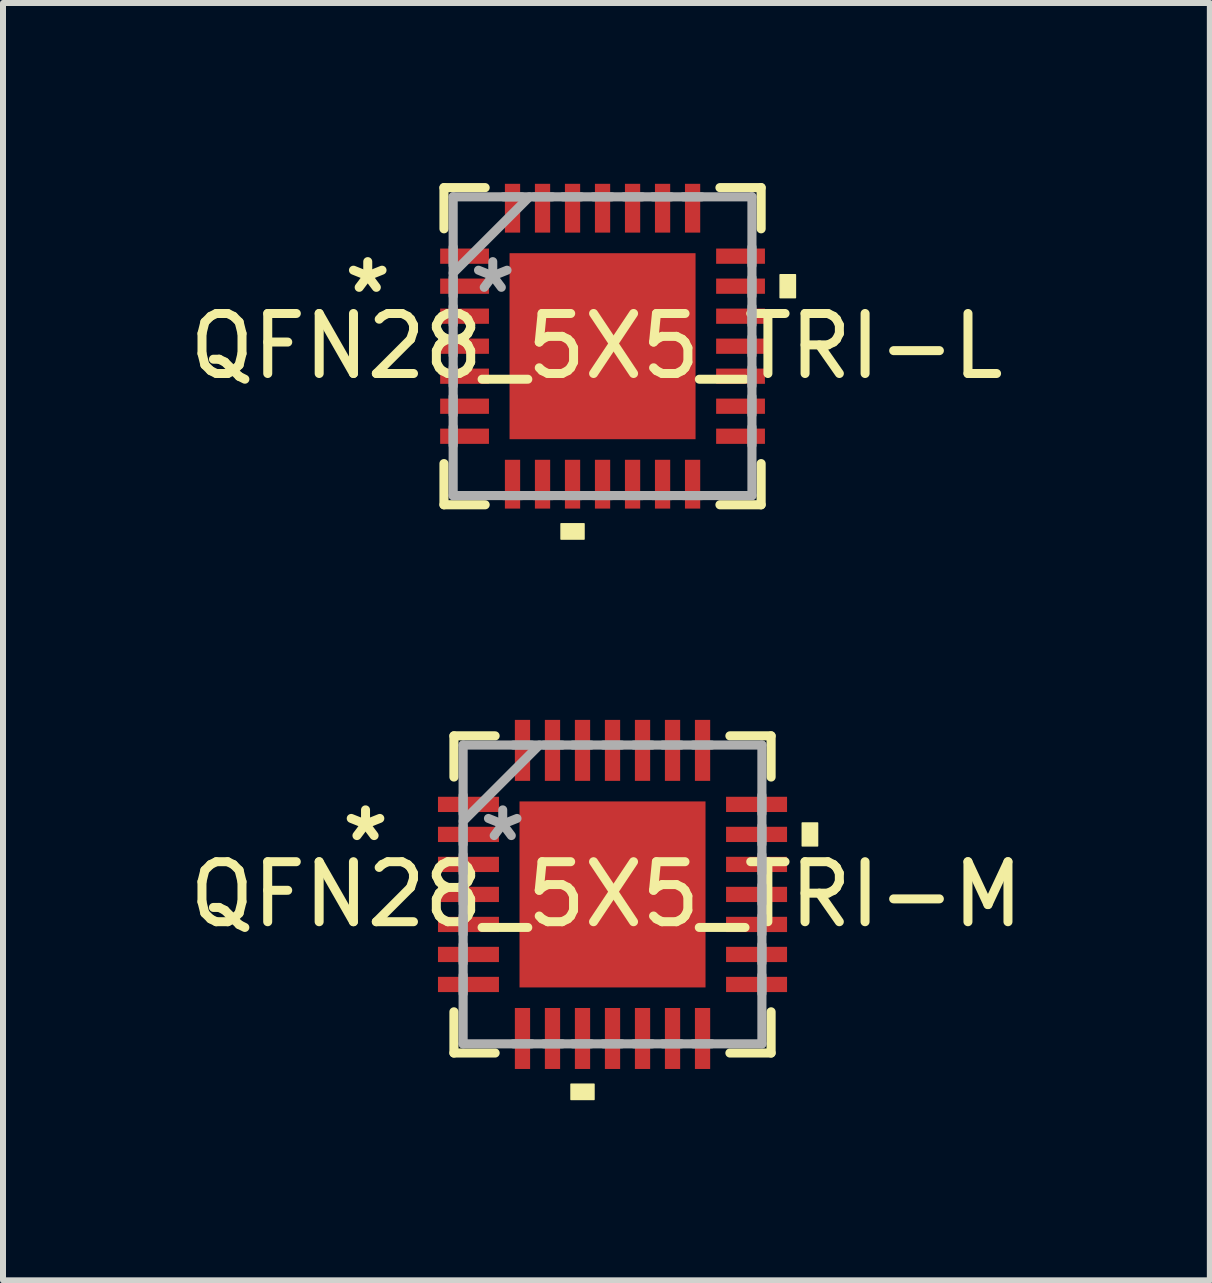
<source format=kicad_pcb>
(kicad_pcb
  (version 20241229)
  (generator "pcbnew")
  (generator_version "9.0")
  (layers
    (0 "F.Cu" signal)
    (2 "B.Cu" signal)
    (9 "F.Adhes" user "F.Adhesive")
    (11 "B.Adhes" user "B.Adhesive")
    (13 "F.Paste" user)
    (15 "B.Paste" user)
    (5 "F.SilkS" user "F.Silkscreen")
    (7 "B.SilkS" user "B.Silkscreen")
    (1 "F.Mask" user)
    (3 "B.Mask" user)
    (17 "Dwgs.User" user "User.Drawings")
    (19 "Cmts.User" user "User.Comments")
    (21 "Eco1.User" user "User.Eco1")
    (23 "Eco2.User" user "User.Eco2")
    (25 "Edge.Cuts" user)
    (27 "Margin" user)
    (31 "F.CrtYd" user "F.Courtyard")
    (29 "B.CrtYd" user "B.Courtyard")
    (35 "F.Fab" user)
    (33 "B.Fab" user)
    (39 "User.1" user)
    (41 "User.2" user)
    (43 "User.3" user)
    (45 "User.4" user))
  (footprint "QFN28_5X5_TRI-L"
    (layer "F.Cu")
    (at 6.989 2.718)
    (property "Reference" "QFN28_5X5_TRI-L" (at -0.102 0 0) (layer "F.SilkS") (effects (font (size 1 1) (thickness 0.15))))
    (attr smd)
    (fp_line (start -2.642 -2.642) (end -2.642 -1.956) (stroke (width 0.152) (type solid)) (layer "F.SilkS"))
    (fp_line (start -2.642 1.956) (end -2.642 2.642) (stroke (width 0.152) (type solid)) (layer "F.SilkS"))
    (fp_line (start -2.642 2.642) (end -1.956 2.642) (stroke (width 0.152) (type solid)) (layer "F.SilkS"))
    (fp_line (start -1.956 -2.642) (end -2.642 -2.642) (stroke (width 0.152) (type solid)) (layer "F.SilkS"))
    (fp_line (start 1.956 2.642) (end 2.642 2.642) (stroke (width 0.152) (type solid)) (layer "F.SilkS"))
    (fp_line (start 2.642 -2.642) (end 1.956 -2.642) (stroke (width 0.152) (type solid)) (layer "F.SilkS"))
    (fp_line (start 2.642 -1.956) (end 2.642 -2.642) (stroke (width 0.152) (type solid)) (layer "F.SilkS"))
    (fp_line (start 2.642 2.642) (end 2.642 1.956) (stroke (width 0.152) (type solid)) (layer "F.SilkS"))
    (fp_poly (pts (xy -0.691 2.959) (xy -0.691 3.213) (xy -0.309 3.213) (xy -0.309 2.959)) (stroke (width 0.025) (type solid)) (fill yes) (layer "F.SilkS"))
    (fp_poly (pts (xy 3.213 -1.19) (xy 3.213 -0.809) (xy 2.959 -0.809) (xy 2.959 -1.19)) (stroke (width 0.025) (type solid)) (fill yes) (layer "F.SilkS"))
    (fp_line (start -2.489 -2.489) (end -2.489 2.489) (stroke (width 0.152) (type solid)) (layer "F.Fab"))
    (fp_line (start -2.489 -1.651) (end -2.489 -1.346) (stroke (width 0.152) (type solid)) (layer "F.Fab"))
    (fp_line (start -2.489 -1.219) (end -1.219 -2.489) (stroke (width 0.152) (type solid)) (layer "F.Fab"))
    (fp_line (start -2.489 -1.143) (end -2.489 -0.838) (stroke (width 0.152) (type solid)) (layer "F.Fab"))
    (fp_line (start -2.489 -0.66) (end -2.489 -0.356) (stroke (width 0.152) (type solid)) (layer "F.Fab"))
    (fp_line (start -2.489 -0.152) (end -2.489 0.152) (stroke (width 0.152) (type solid)) (layer "F.Fab"))
    (fp_line (start -2.489 0.356) (end -2.489 0.66) (stroke (width 0.152) (type solid)) (layer "F.Fab"))
    (fp_line (start -2.489 0.838) (end -2.489 1.143) (stroke (width 0.152) (type solid)) (layer "F.Fab"))
    (fp_line (start -2.489 1.346) (end -2.489 1.651) (stroke (width 0.152) (type solid)) (layer "F.Fab"))
    (fp_line (start -2.489 2.489) (end 2.489 2.489) (stroke (width 0.152) (type solid)) (layer "F.Fab"))
    (fp_line (start -1.651 2.489) (end -1.346 2.489) (stroke (width 0.152) (type solid)) (layer "F.Fab"))
    (fp_line (start -1.346 -2.489) (end -1.651 -2.489) (stroke (width 0.152) (type solid)) (layer "F.Fab"))
    (fp_line (start -1.143 2.489) (end -0.838 2.489) (stroke (width 0.152) (type solid)) (layer "F.Fab"))
    (fp_line (start -0.838 -2.489) (end -1.143 -2.489) (stroke (width 0.152) (type solid)) (layer "F.Fab"))
    (fp_line (start -0.66 2.489) (end -0.356 2.489) (stroke (width 0.152) (type solid)) (layer "F.Fab"))
    (fp_line (start -0.356 -2.489) (end -0.66 -2.489) (stroke (width 0.152) (type solid)) (layer "F.Fab"))
    (fp_line (start -0.152 2.489) (end 0.152 2.489) (stroke (width 0.152) (type solid)) (layer "F.Fab"))
    (fp_line (start 0.152 -2.489) (end -0.152 -2.489) (stroke (width 0.152) (type solid)) (layer "F.Fab"))
    (fp_line (start 0.356 2.489) (end 0.66 2.489) (stroke (width 0.152) (type solid)) (layer "F.Fab"))
    (fp_line (start 0.66 -2.489) (end 0.356 -2.489) (stroke (width 0.152) (type solid)) (layer "F.Fab"))
    (fp_line (start 0.838 2.489) (end 1.143 2.489) (stroke (width 0.152) (type solid)) (layer "F.Fab"))
    (fp_line (start 1.143 -2.489) (end 0.838 -2.489) (stroke (width 0.152) (type solid)) (layer "F.Fab"))
    (fp_line (start 1.346 2.489) (end 1.651 2.489) (stroke (width 0.152) (type solid)) (layer "F.Fab"))
    (fp_line (start 1.651 -2.489) (end 1.346 -2.489) (stroke (width 0.152) (type solid)) (layer "F.Fab"))
    (fp_line (start 2.489 -2.489) (end -2.489 -2.489) (stroke (width 0.152) (type solid)) (layer "F.Fab"))
    (fp_line (start 2.489 -1.346) (end 2.489 -1.651) (stroke (width 0.152) (type solid)) (layer "F.Fab"))
    (fp_line (start 2.489 -0.838) (end 2.489 -1.143) (stroke (width 0.152) (type solid)) (layer "F.Fab"))
    (fp_line (start 2.489 -0.356) (end 2.489 -0.66) (stroke (width 0.152) (type solid)) (layer "F.Fab"))
    (fp_line (start 2.489 0.152) (end 2.489 -0.152) (stroke (width 0.152) (type solid)) (layer "F.Fab"))
    (fp_line (start 2.489 0.66) (end 2.489 0.356) (stroke (width 0.152) (type solid)) (layer "F.Fab"))
    (fp_line (start 2.489 1.143) (end 2.489 0.838) (stroke (width 0.152) (type solid)) (layer "F.Fab"))
    (fp_line (start 2.489 1.651) (end 2.489 1.346) (stroke (width 0.152) (type solid)) (layer "F.Fab"))
    (fp_line (start 2.489 2.489) (end 2.489 -2.489) (stroke (width 0.152) (type solid)) (layer "F.Fab"))
    (fp_text user "*" (at -3.912 -0.864 0) (layer "F.SilkS") (effects (font (size 1 1) (thickness 0.15))))
    (fp_text user "*" (at -1.829 -0.864 0) (layer "F.Fab") (effects (font (size 1 1) (thickness 0.15))))
    (pad "1" smd rect (at -2.299 -1.5 270) (size 0.254 0.813) (layers "F.Cu" "F.Mask" "F.Paste"))
    (pad "2" smd rect (at -2.299 -1 270) (size 0.254 0.813) (layers "F.Cu" "F.Mask" "F.Paste"))
    (pad "3" smd rect (at -2.299 -0.5 270) (size 0.254 0.813) (layers "F.Cu" "F.Mask" "F.Paste"))
    (pad "4" smd rect (at -2.299 0 270) (size 0.254 0.813) (layers "F.Cu" "F.Mask" "F.Paste"))
    (pad "5" smd rect (at -2.299 0.5 270) (size 0.254 0.813) (layers "F.Cu" "F.Mask" "F.Paste"))
    (pad "6" smd rect (at -2.299 1 270) (size 0.254 0.813) (layers "F.Cu" "F.Mask" "F.Paste"))
    (pad "7" smd rect (at -2.299 1.5 270) (size 0.254 0.813) (layers "F.Cu" "F.Mask" "F.Paste"))
    (pad "8" smd rect (at -1.5 2.299 180) (size 0.254 0.813) (layers "F.Cu" "F.Mask" "F.Paste"))
    (pad "9" smd rect (at -1 2.299 180) (size 0.254 0.813) (layers "F.Cu" "F.Mask" "F.Paste"))
    (pad "10" smd rect (at -0.5 2.299 180) (size 0.254 0.813) (layers "F.Cu" "F.Mask" "F.Paste"))
    (pad "11" smd rect (at 0 2.299 180) (size 0.254 0.813) (layers "F.Cu" "F.Mask" "F.Paste"))
    (pad "12" smd rect (at 0.5 2.299 180) (size 0.254 0.813) (layers "F.Cu" "F.Mask" "F.Paste"))
    (pad "13" smd rect (at 1 2.299 180) (size 0.254 0.813) (layers "F.Cu" "F.Mask" "F.Paste"))
    (pad "14" smd rect (at 1.5 2.299 180) (size 0.254 0.813) (layers "F.Cu" "F.Mask" "F.Paste"))
    (pad "15" smd rect (at 2.299 1.5 270) (size 0.254 0.813) (layers "F.Cu" "F.Mask" "F.Paste"))
    (pad "16" smd rect (at 2.299 1 270) (size 0.254 0.813) (layers "F.Cu" "F.Mask" "F.Paste"))
    (pad "17" smd rect (at 2.299 0.5 270) (size 0.254 0.813) (layers "F.Cu" "F.Mask" "F.Paste"))
    (pad "18" smd rect (at 2.299 0 270) (size 0.254 0.813) (layers "F.Cu" "F.Mask" "F.Paste"))
    (pad "19" smd rect (at 2.299 -0.5 270) (size 0.254 0.813) (layers "F.Cu" "F.Mask" "F.Paste"))
    (pad "20" smd rect (at 2.299 -1 270) (size 0.254 0.813) (layers "F.Cu" "F.Mask" "F.Paste"))
    (pad "21" smd rect (at 2.299 -1.5 270) (size 0.254 0.813) (layers "F.Cu" "F.Mask" "F.Paste"))
    (pad "22" smd rect (at 1.5 -2.299 180) (size 0.254 0.813) (layers "F.Cu" "F.Mask" "F.Paste"))
    (pad "23" smd rect (at 1 -2.299 180) (size 0.254 0.813) (layers "F.Cu" "F.Mask" "F.Paste"))
    (pad "24" smd rect (at 0.5 -2.299 180) (size 0.254 0.813) (layers "F.Cu" "F.Mask" "F.Paste"))
    (pad "25" smd rect (at 0 -2.299 180) (size 0.254 0.813) (layers "F.Cu" "F.Mask" "F.Paste"))
    (pad "26" smd rect (at -0.5 -2.299 180) (size 0.254 0.813) (layers "F.Cu" "F.Mask" "F.Paste"))
    (pad "27" smd rect (at -1 -2.299 180) (size 0.254 0.813) (layers "F.Cu" "F.Mask" "F.Paste"))
    (pad "28" smd rect (at -1.5 -2.299 180) (size 0.254 0.813) (layers "F.Cu" "F.Mask" "F.Paste"))
    (pad "29" smd rect (at 0 0) (size 3.099 3.099) (layers "F.Cu" "F.Mask" "F.Paste")))
  (footprint "QFN28_5X5_TRI-M"
    (layer "F.Cu")
    (at 7.155 11.852)
    (property "Reference" "QFN28_5X5_TRI-M" (at -0.102 0 0) (layer "F.SilkS") (effects (font (size 1 1) (thickness 0.15))))
    (attr smd)
    (fp_line (start -2.642 -2.642) (end -2.642 -1.956) (stroke (width 0.152) (type solid)) (layer "F.SilkS"))
    (fp_line (start -2.642 1.956) (end -2.642 2.642) (stroke (width 0.152) (type solid)) (layer "F.SilkS"))
    (fp_line (start -2.642 2.642) (end -1.956 2.642) (stroke (width 0.152) (type solid)) (layer "F.SilkS"))
    (fp_line (start -1.956 -2.642) (end -2.642 -2.642) (stroke (width 0.152) (type solid)) (layer "F.SilkS"))
    (fp_line (start 1.956 2.642) (end 2.642 2.642) (stroke (width 0.152) (type solid)) (layer "F.SilkS"))
    (fp_line (start 2.642 -2.642) (end 1.956 -2.642) (stroke (width 0.152) (type solid)) (layer "F.SilkS"))
    (fp_line (start 2.642 -1.956) (end 2.642 -2.642) (stroke (width 0.152) (type solid)) (layer "F.SilkS"))
    (fp_line (start 2.642 2.642) (end 2.642 1.956) (stroke (width 0.152) (type solid)) (layer "F.SilkS"))
    (fp_poly (pts (xy -0.691 3.162) (xy -0.691 3.416) (xy -0.309 3.416) (xy -0.309 3.162)) (stroke (width 0.025) (type solid)) (fill yes) (layer "F.SilkS"))
    (fp_poly (pts (xy 3.416 -1.19) (xy 3.416 -0.809) (xy 3.162 -0.809) (xy 3.162 -1.19)) (stroke (width 0.025) (type solid)) (fill yes) (layer "F.SilkS"))
    (fp_line (start -2.489 -2.489) (end -2.489 2.489) (stroke (width 0.152) (type solid)) (layer "F.Fab"))
    (fp_line (start -2.489 -1.651) (end -2.489 -1.346) (stroke (width 0.152) (type solid)) (layer "F.Fab"))
    (fp_line (start -2.489 -1.219) (end -1.219 -2.489) (stroke (width 0.152) (type solid)) (layer "F.Fab"))
    (fp_line (start -2.489 -1.143) (end -2.489 -0.838) (stroke (width 0.152) (type solid)) (layer "F.Fab"))
    (fp_line (start -2.489 -0.66) (end -2.489 -0.356) (stroke (width 0.152) (type solid)) (layer "F.Fab"))
    (fp_line (start -2.489 -0.152) (end -2.489 0.152) (stroke (width 0.152) (type solid)) (layer "F.Fab"))
    (fp_line (start -2.489 0.356) (end -2.489 0.66) (stroke (width 0.152) (type solid)) (layer "F.Fab"))
    (fp_line (start -2.489 0.838) (end -2.489 1.143) (stroke (width 0.152) (type solid)) (layer "F.Fab"))
    (fp_line (start -2.489 1.346) (end -2.489 1.651) (stroke (width 0.152) (type solid)) (layer "F.Fab"))
    (fp_line (start -2.489 2.489) (end 2.489 2.489) (stroke (width 0.152) (type solid)) (layer "F.Fab"))
    (fp_line (start -1.651 2.489) (end -1.346 2.489) (stroke (width 0.152) (type solid)) (layer "F.Fab"))
    (fp_line (start -1.346 -2.489) (end -1.651 -2.489) (stroke (width 0.152) (type solid)) (layer "F.Fab"))
    (fp_line (start -1.143 2.489) (end -0.838 2.489) (stroke (width 0.152) (type solid)) (layer "F.Fab"))
    (fp_line (start -0.838 -2.489) (end -1.143 -2.489) (stroke (width 0.152) (type solid)) (layer "F.Fab"))
    (fp_line (start -0.66 2.489) (end -0.356 2.489) (stroke (width 0.152) (type solid)) (layer "F.Fab"))
    (fp_line (start -0.356 -2.489) (end -0.66 -2.489) (stroke (width 0.152) (type solid)) (layer "F.Fab"))
    (fp_line (start -0.152 2.489) (end 0.152 2.489) (stroke (width 0.152) (type solid)) (layer "F.Fab"))
    (fp_line (start 0.152 -2.489) (end -0.152 -2.489) (stroke (width 0.152) (type solid)) (layer "F.Fab"))
    (fp_line (start 0.356 2.489) (end 0.66 2.489) (stroke (width 0.152) (type solid)) (layer "F.Fab"))
    (fp_line (start 0.66 -2.489) (end 0.356 -2.489) (stroke (width 0.152) (type solid)) (layer "F.Fab"))
    (fp_line (start 0.838 2.489) (end 1.143 2.489) (stroke (width 0.152) (type solid)) (layer "F.Fab"))
    (fp_line (start 1.143 -2.489) (end 0.838 -2.489) (stroke (width 0.152) (type solid)) (layer "F.Fab"))
    (fp_line (start 1.346 2.489) (end 1.651 2.489) (stroke (width 0.152) (type solid)) (layer "F.Fab"))
    (fp_line (start 1.651 -2.489) (end 1.346 -2.489) (stroke (width 0.152) (type solid)) (layer "F.Fab"))
    (fp_line (start 2.489 -2.489) (end -2.489 -2.489) (stroke (width 0.152) (type solid)) (layer "F.Fab"))
    (fp_line (start 2.489 -1.346) (end 2.489 -1.651) (stroke (width 0.152) (type solid)) (layer "F.Fab"))
    (fp_line (start 2.489 -0.838) (end 2.489 -1.143) (stroke (width 0.152) (type solid)) (layer "F.Fab"))
    (fp_line (start 2.489 -0.356) (end 2.489 -0.66) (stroke (width 0.152) (type solid)) (layer "F.Fab"))
    (fp_line (start 2.489 0.152) (end 2.489 -0.152) (stroke (width 0.152) (type solid)) (layer "F.Fab"))
    (fp_line (start 2.489 0.66) (end 2.489 0.356) (stroke (width 0.152) (type solid)) (layer "F.Fab"))
    (fp_line (start 2.489 1.143) (end 2.489 0.838) (stroke (width 0.152) (type solid)) (layer "F.Fab"))
    (fp_line (start 2.489 1.651) (end 2.489 1.346) (stroke (width 0.152) (type solid)) (layer "F.Fab"))
    (fp_line (start 2.489 2.489) (end 2.489 -2.489) (stroke (width 0.152) (type solid)) (layer "F.Fab"))
    (fp_text user "*" (at -4.115 -0.864 0) (layer "F.SilkS") (effects (font (size 1 1) (thickness 0.15))))
    (fp_text user "*" (at -1.829 -0.864 0) (layer "F.Fab") (effects (font (size 1 1) (thickness 0.15))))
    (pad "1" smd rect (at -2.4 -1.5 270) (size 0.254 1.016) (layers "F.Cu" "F.Mask" "F.Paste"))
    (pad "2" smd rect (at -2.4 -1 270) (size 0.254 1.016) (layers "F.Cu" "F.Mask" "F.Paste"))
    (pad "3" smd rect (at -2.4 -0.5 270) (size 0.254 1.016) (layers "F.Cu" "F.Mask" "F.Paste"))
    (pad "4" smd rect (at -2.4 0 270) (size 0.254 1.016) (layers "F.Cu" "F.Mask" "F.Paste"))
    (pad "5" smd rect (at -2.4 0.5 270) (size 0.254 1.016) (layers "F.Cu" "F.Mask" "F.Paste"))
    (pad "6" smd rect (at -2.4 1 270) (size 0.254 1.016) (layers "F.Cu" "F.Mask" "F.Paste"))
    (pad "7" smd rect (at -2.4 1.5 270) (size 0.254 1.016) (layers "F.Cu" "F.Mask" "F.Paste"))
    (pad "8" smd rect (at -1.5 2.4 180) (size 0.254 1.016) (layers "F.Cu" "F.Mask" "F.Paste"))
    (pad "9" smd rect (at -1 2.4 180) (size 0.254 1.016) (layers "F.Cu" "F.Mask" "F.Paste"))
    (pad "10" smd rect (at -0.5 2.4 180) (size 0.254 1.016) (layers "F.Cu" "F.Mask" "F.Paste"))
    (pad "11" smd rect (at 0 2.4 180) (size 0.254 1.016) (layers "F.Cu" "F.Mask" "F.Paste"))
    (pad "12" smd rect (at 0.5 2.4 180) (size 0.254 1.016) (layers "F.Cu" "F.Mask" "F.Paste"))
    (pad "13" smd rect (at 1 2.4 180) (size 0.254 1.016) (layers "F.Cu" "F.Mask" "F.Paste"))
    (pad "14" smd rect (at 1.5 2.4 180) (size 0.254 1.016) (layers "F.Cu" "F.Mask" "F.Paste"))
    (pad "15" smd rect (at 2.4 1.5 270) (size 0.254 1.016) (layers "F.Cu" "F.Mask" "F.Paste"))
    (pad "16" smd rect (at 2.4 1 270) (size 0.254 1.016) (layers "F.Cu" "F.Mask" "F.Paste"))
    (pad "17" smd rect (at 2.4 0.5 270) (size 0.254 1.016) (layers "F.Cu" "F.Mask" "F.Paste"))
    (pad "18" smd rect (at 2.4 0 270) (size 0.254 1.016) (layers "F.Cu" "F.Mask" "F.Paste"))
    (pad "19" smd rect (at 2.4 -0.5 270) (size 0.254 1.016) (layers "F.Cu" "F.Mask" "F.Paste"))
    (pad "20" smd rect (at 2.4 -1 270) (size 0.254 1.016) (layers "F.Cu" "F.Mask" "F.Paste"))
    (pad "21" smd rect (at 2.4 -1.5 270) (size 0.254 1.016) (layers "F.Cu" "F.Mask" "F.Paste"))
    (pad "22" smd rect (at 1.5 -2.4 180) (size 0.254 1.016) (layers "F.Cu" "F.Mask" "F.Paste"))
    (pad "23" smd rect (at 1 -2.4 180) (size 0.254 1.016) (layers "F.Cu" "F.Mask" "F.Paste"))
    (pad "24" smd rect (at 0.5 -2.4 180) (size 0.254 1.016) (layers "F.Cu" "F.Mask" "F.Paste"))
    (pad "25" smd rect (at 0 -2.4 180) (size 0.254 1.016) (layers "F.Cu" "F.Mask" "F.Paste"))
    (pad "26" smd rect (at -0.5 -2.4 180) (size 0.254 1.016) (layers "F.Cu" "F.Mask" "F.Paste"))
    (pad "27" smd rect (at -1 -2.4 180) (size 0.254 1.016) (layers "F.Cu" "F.Mask" "F.Paste"))
    (pad "28" smd rect (at -1.5 -2.4 180) (size 0.254 1.016) (layers "F.Cu" "F.Mask" "F.Paste"))
    (pad "29" smd rect (at 0 0) (size 3.099 3.099) (layers "F.Cu" "F.Mask" "F.Paste")))
  (gr_rect
    (start -3 -3)
    (end 17.107 18.281)
    (stroke (width 0.1) (type default))
    (fill no)
    (layer "Edge.Cuts")))
</source>
